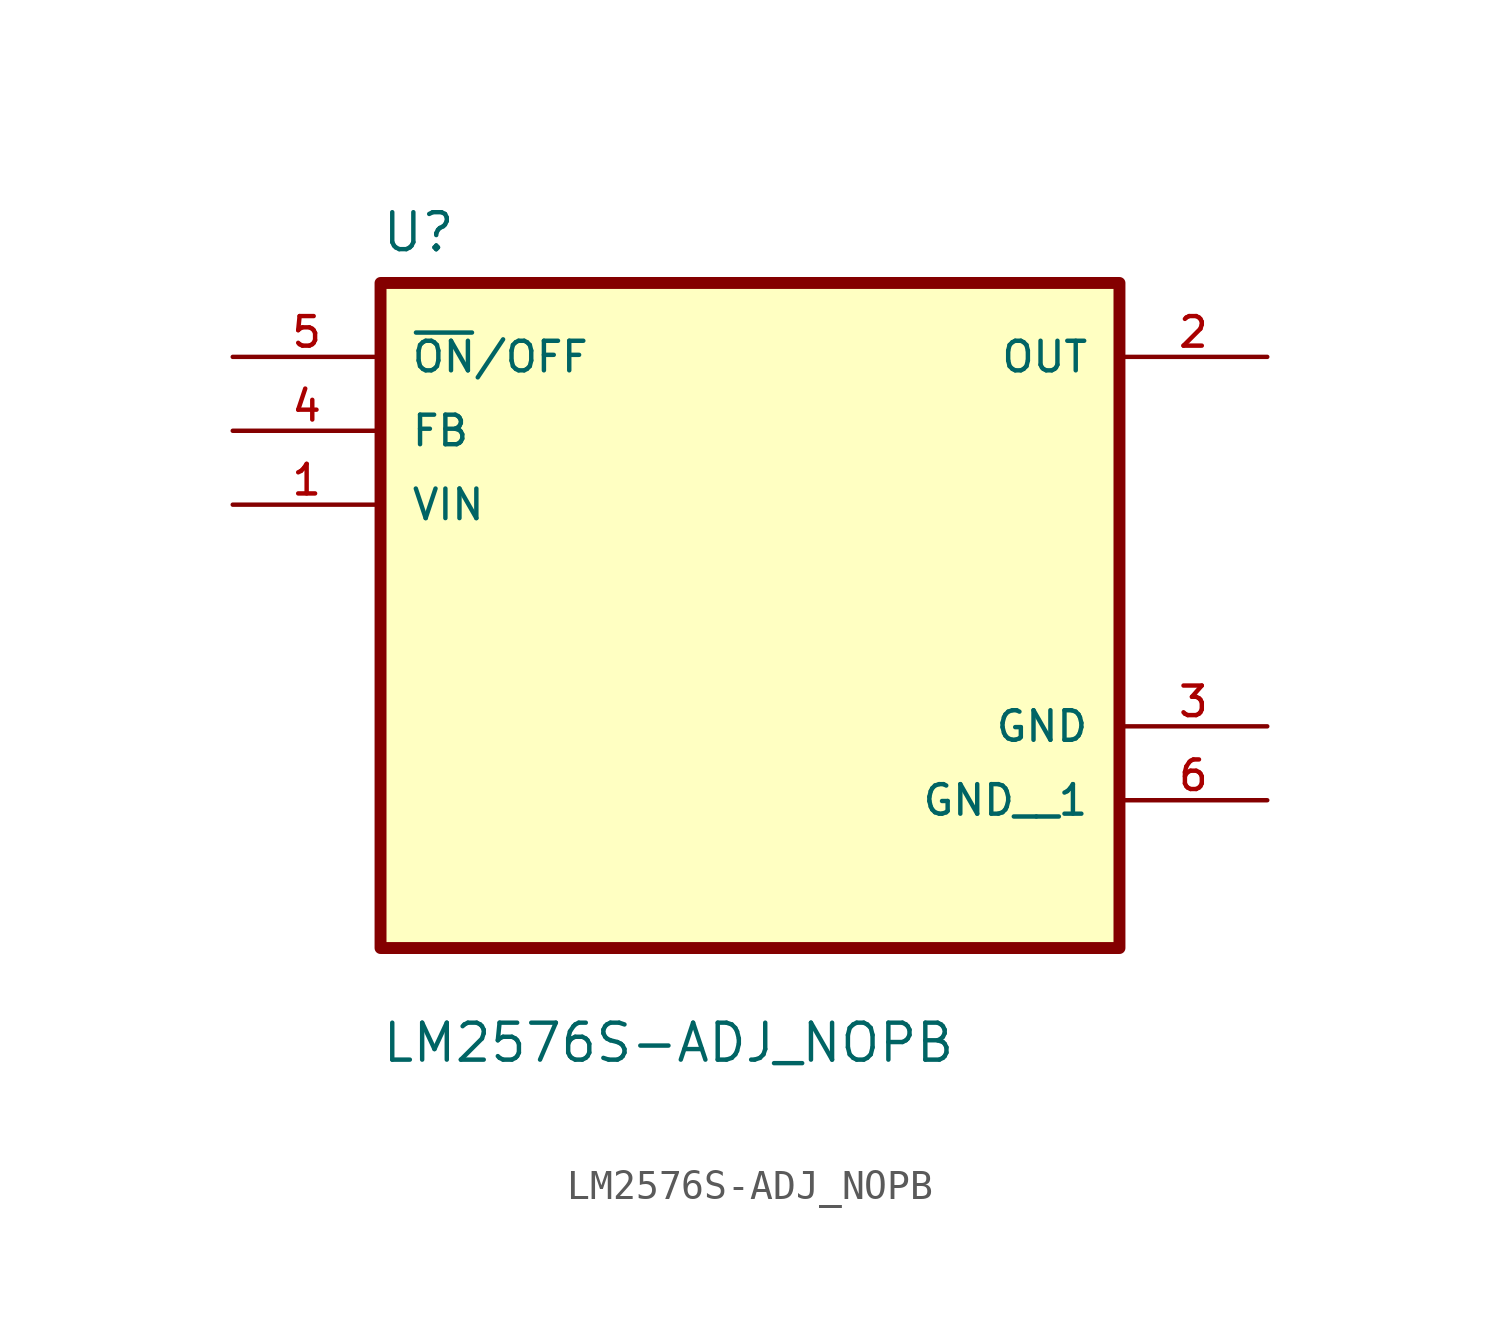
<source format=kicad_sym>
(kicad_symbol_lib
  (version 20211014)
  (generator kicad_symbol_editor)
  (symbol "LM2576S-ADJ_NOPB"
    (pin_names
      (offset 1.016))
    (property "Reference" "U"
      (at -12.7 11.16 0.0)
      (effects (font (size 1.27 1.27)) (justify bottom left)))
    (property "Value" "LM2576S-ADJ_NOPB"
      (at -12.7 -16.7 0.0)
      (effects (font (size 1.27 1.27)) (justify bottom left)))
    (symbol "LM2576S-ADJ_NOPB_0_0"
      (rectangle (start -12.7 -12.7) (end 12.7 10.16) (stroke (width 0.41)) (fill (type background)))
      (pin input line (at -17.78 7.62 0) (length 5.08) (name "~{ON}/OFF" (effects (font (size 1.016 1.016)))) (number "5" (effects (font (size 1.016 1.016)))))
      (pin input line (at -17.78 5.08 0) (length 5.08) (name "FB" (effects (font (size 1.016 1.016)))) (number "4" (effects (font (size 1.016 1.016)))))
      (pin input line (at -17.78 2.54 0) (length 5.08) (name "VIN" (effects (font (size 1.016 1.016)))) (number "1" (effects (font (size 1.016 1.016)))))
      (pin output line (at 17.78 7.62 180.0) (length 5.08) (name "OUT" (effects (font (size 1.016 1.016)))) (number "2" (effects (font (size 1.016 1.016)))))
      (pin power_in line (at 17.78 -5.08 180.0) (length 5.08) (name "GND" (effects (font (size 1.016 1.016)))) (number "3" (effects (font (size 1.016 1.016)))))
      (pin power_in line (at 17.78 -7.62 180.0) (length 5.08) (name "GND__1" (effects (font (size 1.016 1.016)))) (number "6" (effects (font (size 1.016 1.016))))))))
</source>
